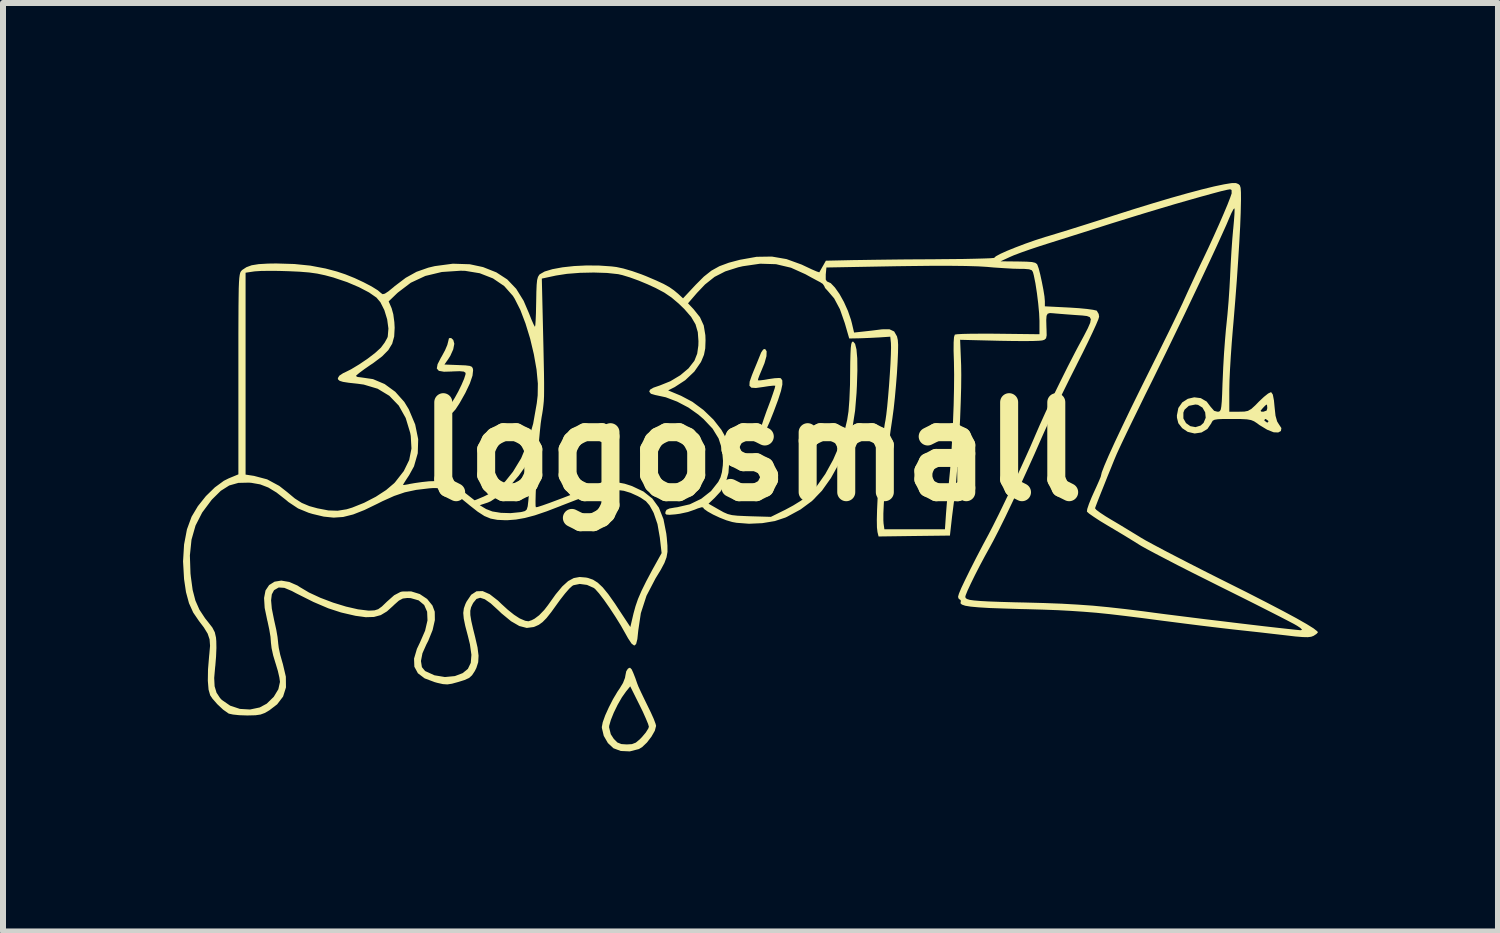
<source format=kicad_pcb>
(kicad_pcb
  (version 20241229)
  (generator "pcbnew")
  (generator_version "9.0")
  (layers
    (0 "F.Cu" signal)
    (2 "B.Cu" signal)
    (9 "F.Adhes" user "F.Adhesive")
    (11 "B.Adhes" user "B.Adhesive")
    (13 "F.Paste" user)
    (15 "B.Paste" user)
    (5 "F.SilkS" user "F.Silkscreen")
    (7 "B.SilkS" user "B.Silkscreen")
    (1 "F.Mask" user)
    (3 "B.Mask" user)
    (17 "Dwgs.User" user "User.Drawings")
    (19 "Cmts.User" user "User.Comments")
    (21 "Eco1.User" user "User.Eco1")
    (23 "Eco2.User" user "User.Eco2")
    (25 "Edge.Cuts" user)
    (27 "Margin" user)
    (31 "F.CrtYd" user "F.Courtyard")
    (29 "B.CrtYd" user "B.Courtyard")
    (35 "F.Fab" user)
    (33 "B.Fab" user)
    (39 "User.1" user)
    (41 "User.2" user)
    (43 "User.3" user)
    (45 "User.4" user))
  (footprint "logosmall"
    (layer "F.Cu")
    (at 9.479 4.473)
    (property "Reference" "logosmall" (at 0 0 0) (layer "F.SilkS") (effects (font (size 1.5 1.5) (thickness 0.3))))
    (attr board_only exclude_from_pos_files exclude_from_bom)
    (fp_poly (pts (xy -4.976 -1.858) (xy -4.959 -1.795) (xy -4.977 -1.702) (xy -5.025 -1.595) (xy -5.061 -1.538) (xy -5.124 -1.449) (xy -4.89 -1.44) (xy -4.772 -1.435) (xy -4.701 -1.426) (xy -4.665 -1.41) (xy -4.65 -1.382) (xy -4.646 -1.354) (xy -4.656 -1.263) (xy -4.7 -1.134) (xy -4.775 -0.976) (xy -4.87 -0.807) (xy -4.939 -0.701) (xy -4.989 -0.646) (xy -5.025 -0.639) (xy -5.05 -0.676) (xy -5.051 -0.677) (xy -5.046 -0.73) (xy -5.012 -0.799) (xy -5.008 -0.805) (xy -4.951 -0.895) (xy -4.892 -1.002) (xy -4.838 -1.113) (xy -4.796 -1.211) (xy -4.773 -1.283) (xy -4.771 -1.31) (xy -4.8 -1.331) (xy -4.87 -1.338) (xy -4.99 -1.334) (xy -4.993 -1.333) (xy -5.132 -1.329) (xy -5.217 -1.344) (xy -5.251 -1.383) (xy -5.238 -1.454) (xy -5.183 -1.561) (xy -5.168 -1.586) (xy -5.114 -1.686) (xy -5.076 -1.775) (xy -5.062 -1.83) (xy -5.048 -1.888) (xy -5.012 -1.891)) (stroke (width 0) (type solid)) (fill yes) (layer "F.SilkS"))
    (fp_poly (pts (xy 0.245 -1.67) (xy 0.242 -1.588) (xy 0.209 -1.471) (xy 0.163 -1.359) (xy 0.126 -1.271) (xy 0.103 -1.208) (xy 0.1 -1.186) (xy 0.133 -1.185) (xy 0.207 -1.194) (xy 0.281 -1.207) (xy 0.379 -1.221) (xy 0.454 -1.225) (xy 0.482 -1.22) (xy 0.506 -1.184) (xy 0.507 -1.116) (xy 0.484 -1.009) (xy 0.436 -0.86) (xy 0.363 -0.664) (xy 0.296 -0.496) (xy 0.244 -0.379) (xy 0.205 -0.309) (xy 0.174 -0.279) (xy 0.149 -0.284) (xy 0.135 -0.302) (xy 0.138 -0.341) (xy 0.159 -0.425) (xy 0.197 -0.541) (xy 0.246 -0.68) (xy 0.258 -0.711) (xy 0.31 -0.849) (xy 0.351 -0.967) (xy 0.379 -1.052) (xy 0.389 -1.094) (xy 0.389 -1.096) (xy 0.355 -1.097) (xy 0.279 -1.089) (xy 0.188 -1.075) (xy 0.066 -1.058) (xy -0.009 -1.063) (xy -0.042 -1.096) (xy -0.038 -1.164) (xy 0.001 -1.275) (xy 0.03 -1.347) (xy 0.079 -1.465) (xy 0.121 -1.569) (xy 0.15 -1.641) (xy 0.155 -1.652) (xy 0.188 -1.7) (xy 0.219 -1.709)) (stroke (width 0) (type solid)) (fill yes) (layer "F.SilkS"))
    (fp_poly (pts (xy -2.004 3.63) (xy -1.979 3.684) (xy -1.943 3.775) (xy -1.915 3.856) (xy -1.914 3.859) (xy -1.892 3.916) (xy -1.848 4.011) (xy -1.791 4.13) (xy -1.745 4.224) (xy -1.684 4.349) (xy -1.635 4.458) (xy -1.605 4.539) (xy -1.597 4.572) (xy -1.618 4.653) (xy -1.674 4.751) (xy -1.749 4.849) (xy -1.83 4.926) (xy -1.883 4.958) (xy -2.035 4.997) (xy -2.186 4.99) (xy -2.307 4.945) (xy -2.4 4.858) (xy -2.469 4.738) (xy -2.5 4.608) (xy -2.501 4.596) (xy -2.38 4.596) (xy -2.352 4.711) (xy -2.302 4.788) (xy -2.241 4.849) (xy -2.175 4.875) (xy -2.087 4.881) (xy -2 4.876) (xy -1.935 4.851) (xy -1.869 4.796) (xy -1.833 4.759) (xy -1.769 4.683) (xy -1.727 4.616) (xy -1.717 4.586) (xy -1.73 4.54) (xy -1.766 4.453) (xy -1.817 4.338) (xy -1.873 4.224) (xy -2.028 3.913) (xy -2.097 3.998) (xy -2.167 4.097) (xy -2.238 4.221) (xy -2.302 4.352) (xy -2.351 4.474) (xy -2.378 4.569) (xy -2.38 4.596) (xy -2.501 4.596) (xy -2.501 4.589) (xy -2.486 4.511) (xy -2.445 4.397) (xy -2.385 4.264) (xy -2.315 4.127) (xy -2.24 4.001) (xy -2.203 3.947) (xy -2.148 3.856) (xy -2.115 3.771) (xy -2.109 3.735) (xy -2.094 3.661) (xy -2.065 3.617) (xy -2.032 3.602)) (stroke (width 0) (type solid)) (fill yes) (layer "F.SilkS"))
    (fp_poly (pts (xy 8.069 -4.471) (xy 8.106 -4.456) (xy 8.13 -4.434) (xy 8.143 -4.393) (xy 8.148 -4.32) (xy 8.149 -4.203) (xy 8.148 -4.157) (xy 8.144 -3.977) (xy 8.135 -3.747) (xy 8.12 -3.475) (xy 8.101 -3.172) (xy 8.079 -2.848) (xy 8.053 -2.51) (xy 8.025 -2.17) (xy 8.013 -2.034) (xy 7.995 -1.813) (xy 7.979 -1.586) (xy 7.966 -1.37) (xy 7.957 -1.18) (xy 7.954 -1.032) (xy 7.954 -1.017) (xy 7.954 -0.663) (xy 8.12 -0.663) (xy 8.205 -0.665) (xy 8.266 -0.677) (xy 8.27 -0.68) (xy 8.476 -0.68) (xy 8.484 -0.665) (xy 8.522 -0.663) (xy 8.576 -0.682) (xy 8.587 -0.723) (xy 8.583 -0.772) (xy 8.577 -0.783) (xy 8.551 -0.764) (xy 8.512 -0.723) (xy 8.476 -0.68) (xy 8.27 -0.68) (xy 8.321 -0.709) (xy 8.387 -0.769) (xy 8.448 -0.832) (xy 8.531 -0.91) (xy 8.601 -0.966) (xy 8.647 -0.988) (xy 8.652 -0.988) (xy 8.679 -0.949) (xy 8.698 -0.851) (xy 8.708 -0.746) (xy 8.724 -0.597) (xy 8.751 -0.501) (xy 8.776 -0.46) (xy 8.822 -0.39) (xy 8.814 -0.341) (xy 8.769 -0.317) (xy 8.693 -0.32) (xy 8.585 -0.363) (xy 8.456 -0.441) (xy 8.416 -0.471) (xy 8.367 -0.503) (xy 8.316 -0.524) (xy 8.537 -0.524) (xy 8.542 -0.512) (xy 8.582 -0.483) (xy 8.591 -0.482) (xy 8.607 -0.501) (xy 8.602 -0.512) (xy 8.562 -0.541) (xy 8.554 -0.542) (xy 8.537 -0.524) (xy 8.316 -0.524) (xy 8.315 -0.524) (xy 8.247 -0.536) (xy 8.146 -0.541) (xy 8.001 -0.542) (xy 7.859 -0.542) (xy 7.766 -0.538) (xy 7.709 -0.529) (xy 7.678 -0.513) (xy 7.661 -0.486) (xy 7.654 -0.47) (xy 7.589 -0.375) (xy 7.492 -0.317) (xy 7.377 -0.3) (xy 7.261 -0.327) (xy 7.169 -0.389) (xy 7.105 -0.471) (xy 7.082 -0.562) (xy 7.081 -0.603) (xy 7.09 -0.648) (xy 7.189 -0.648) (xy 7.189 -0.551) (xy 7.233 -0.473) (xy 7.305 -0.422) (xy 7.391 -0.406) (xy 7.476 -0.432) (xy 7.525 -0.476) (xy 7.561 -0.562) (xy 7.552 -0.653) (xy 7.507 -0.731) (xy 7.433 -0.777) (xy 7.39 -0.783) (xy 7.28 -0.761) (xy 7.208 -0.696) (xy 7.189 -0.648) (xy 7.09 -0.648) (xy 7.105 -0.725) (xy 7.17 -0.818) (xy 7.263 -0.878) (xy 7.37 -0.903) (xy 7.479 -0.889) (xy 7.577 -0.832) (xy 7.641 -0.747) (xy 7.701 -0.678) (xy 7.755 -0.663) (xy 7.78 -0.664) (xy 7.798 -0.674) (xy 7.812 -0.7) (xy 7.821 -0.751) (xy 7.829 -0.836) (xy 7.835 -0.961) (xy 7.841 -1.136) (xy 7.844 -1.198) (xy 7.853 -1.408) (xy 7.866 -1.632) (xy 7.882 -1.848) (xy 7.898 -2.035) (xy 7.906 -2.111) (xy 7.924 -2.29) (xy 7.942 -2.504) (xy 7.957 -2.726) (xy 7.968 -2.93) (xy 7.968 -2.939) (xy 7.978 -3.134) (xy 7.99 -3.341) (xy 8.004 -3.537) (xy 8.018 -3.699) (xy 8.02 -3.714) (xy 8.032 -3.848) (xy 8.04 -3.957) (xy 8.042 -4.03) (xy 8.039 -4.053) (xy 8.022 -4.035) (xy 7.99 -3.974) (xy 7.955 -3.894) (xy 7.904 -3.774) (xy 7.828 -3.606) (xy 7.733 -3.397) (xy 7.62 -3.154) (xy 7.493 -2.884) (xy 7.354 -2.592) (xy 7.208 -2.285) (xy 7.056 -1.971) (xy 6.903 -1.655) (xy 6.751 -1.345) (xy 6.675 -1.19) (xy 6.555 -0.949) (xy 6.442 -0.717) (xy 6.337 -0.503) (xy 6.245 -0.313) (xy 6.169 -0.154) (xy 6.113 -0.034) (xy 6.079 0.04) (xy 6.077 0.045) (xy 6.035 0.144) (xy 5.984 0.271) (xy 5.926 0.413) (xy 5.868 0.559) (xy 5.813 0.696) (xy 5.766 0.815) (xy 5.733 0.901) (xy 5.717 0.945) (xy 5.717 0.946) (xy 5.738 0.972) (xy 5.801 1.019) (xy 5.895 1.081) (xy 5.966 1.124) (xy 6.116 1.213) (xy 6.286 1.316) (xy 6.444 1.412) (xy 6.479 1.434) (xy 6.563 1.483) (xy 6.694 1.554) (xy 6.863 1.644) (xy 7.065 1.749) (xy 7.29 1.865) (xy 7.533 1.989) (xy 7.785 2.116) (xy 7.865 2.156) (xy 8.245 2.346) (xy 8.573 2.514) (xy 8.849 2.658) (xy 9.072 2.778) (xy 9.242 2.875) (xy 9.358 2.947) (xy 9.42 2.996) (xy 9.431 3.013) (xy 9.407 3.04) (xy 9.358 3.072) (xy 9.318 3.087) (xy 9.261 3.094) (xy 9.177 3.092) (xy 9.054 3.082) (xy 8.884 3.062) (xy 8.691 3.04) (xy 8.467 3.014) (xy 8.239 2.989) (xy 8.045 2.968) (xy 7.888 2.95) (xy 7.686 2.926) (xy 7.455 2.898) (xy 7.208 2.867) (xy 6.96 2.835) (xy 6.825 2.818) (xy 6.493 2.774) (xy 6.209 2.739) (xy 5.962 2.71) (xy 5.738 2.687) (xy 5.527 2.67) (xy 5.317 2.656) (xy 5.096 2.644) (xy 4.852 2.635) (xy 4.574 2.627) (xy 4.474 2.625) (xy 4.189 2.616) (xy 3.959 2.608) (xy 3.779 2.597) (xy 3.646 2.585) (xy 3.554 2.57) (xy 3.499 2.551) (xy 3.475 2.529) (xy 3.479 2.503) (xy 3.481 2.499) (xy 3.477 2.473) (xy 3.467 2.471) (xy 3.44 2.446) (xy 3.436 2.422) (xy 3.555 2.422) (xy 3.562 2.442) (xy 3.584 2.458) (xy 3.628 2.472) (xy 3.7 2.482) (xy 3.806 2.491) (xy 3.952 2.499) (xy 4.143 2.506) (xy 4.385 2.513) (xy 4.535 2.516) (xy 4.87 2.525) (xy 5.162 2.536) (xy 5.427 2.551) (xy 5.681 2.569) (xy 5.939 2.594) (xy 6.218 2.625) (xy 6.532 2.664) (xy 6.702 2.687) (xy 6.878 2.71) (xy 7.086 2.736) (xy 7.317 2.765) (xy 7.564 2.796) (xy 7.817 2.826) (xy 8.071 2.857) (xy 8.315 2.886) (xy 8.543 2.913) (xy 8.746 2.936) (xy 8.917 2.955) (xy 9.047 2.969) (xy 9.128 2.977) (xy 9.145 2.978) (xy 9.167 2.97) (xy 9.138 2.94) (xy 9.084 2.904) (xy 9.032 2.874) (xy 8.931 2.821) (xy 8.79 2.748) (xy 8.613 2.658) (xy 8.408 2.554) (xy 8.181 2.44) (xy 7.938 2.319) (xy 7.819 2.26) (xy 7.566 2.133) (xy 7.322 2.011) (xy 7.094 1.895) (xy 6.89 1.789) (xy 6.716 1.698) (xy 6.579 1.625) (xy 6.486 1.573) (xy 6.463 1.559) (xy 6.349 1.488) (xy 6.204 1.399) (xy 6.047 1.305) (xy 5.924 1.232) (xy 5.798 1.156) (xy 5.693 1.087) (xy 5.617 1.034) (xy 5.582 1.002) (xy 5.582 1) (xy 5.587 0.958) (xy 5.615 0.875) (xy 5.659 0.766) (xy 5.691 0.694) (xy 5.744 0.578) (xy 5.786 0.483) (xy 5.811 0.422) (xy 5.815 0.407) (xy 5.829 0.348) (xy 5.872 0.236) (xy 5.942 0.073) (xy 6.04 -0.142) (xy 6.165 -0.407) (xy 6.316 -0.722) (xy 6.495 -1.086) (xy 6.7 -1.498) (xy 6.742 -1.582) (xy 6.843 -1.787) (xy 6.943 -1.989) (xy 7.035 -2.178) (xy 7.114 -2.343) (xy 7.175 -2.471) (xy 7.202 -2.531) (xy 7.259 -2.656) (xy 7.333 -2.816) (xy 7.415 -2.993) (xy 7.497 -3.166) (xy 7.511 -3.194) (xy 7.605 -3.392) (xy 7.697 -3.593) (xy 7.784 -3.787) (xy 7.861 -3.964) (xy 7.924 -4.114) (xy 7.969 -4.23) (xy 7.993 -4.3) (xy 7.993 -4.301) (xy 7.992 -4.357) (xy 7.968 -4.369) (xy 7.916 -4.36) (xy 7.813 -4.336) (xy 7.668 -4.297) (xy 7.486 -4.247) (xy 7.275 -4.187) (xy 7.041 -4.12) (xy 6.793 -4.046) (xy 6.537 -3.969) (xy 6.28 -3.89) (xy 6.029 -3.812) (xy 5.981 -3.797) (xy 5.745 -3.722) (xy 5.509 -3.647) (xy 5.284 -3.576) (xy 5.081 -3.512) (xy 4.913 -3.459) (xy 4.791 -3.42) (xy 4.791 -3.42) (xy 4.638 -3.369) (xy 4.49 -3.317) (xy 4.365 -3.27) (xy 4.294 -3.239) (xy 4.143 -3.169) (xy 4.436 -3.166) (xy 4.575 -3.163) (xy 4.666 -3.157) (xy 4.72 -3.144) (xy 4.749 -3.123) (xy 4.756 -3.111) (xy 4.778 -3.05) (xy 4.804 -2.949) (xy 4.831 -2.825) (xy 4.856 -2.697) (xy 4.874 -2.585) (xy 4.881 -2.505) (xy 4.881 -2.502) (xy 4.881 -2.419) (xy 5.295 -2.398) (xy 5.449 -2.388) (xy 5.583 -2.375) (xy 5.684 -2.361) (xy 5.741 -2.348) (xy 5.747 -2.344) (xy 5.778 -2.291) (xy 5.785 -2.246) (xy 5.772 -2.202) (xy 5.734 -2.112) (xy 5.676 -1.985) (xy 5.601 -1.827) (xy 5.512 -1.646) (xy 5.413 -1.45) (xy 5.409 -1.441) (xy 5.295 -1.215) (xy 5.177 -0.976) (xy 5.063 -0.738) (xy 4.958 -0.517) (xy 4.87 -0.325) (xy 4.825 -0.224) (xy 4.708 0.043) (xy 4.584 0.317) (xy 4.459 0.59) (xy 4.336 0.852) (xy 4.221 1.093) (xy 4.116 1.305) (xy 4.027 1.478) (xy 3.971 1.582) (xy 3.883 1.741) (xy 3.796 1.904) (xy 3.716 2.06) (xy 3.647 2.201) (xy 3.594 2.315) (xy 3.562 2.394) (xy 3.555 2.422) (xy 3.436 2.422) (xy 3.435 2.418) (xy 3.449 2.369) (xy 3.489 2.273) (xy 3.553 2.138) (xy 3.636 1.969) (xy 3.736 1.772) (xy 3.85 1.554) (xy 3.945 1.377) (xy 4.019 1.234) (xy 4.112 1.048) (xy 4.216 0.833) (xy 4.327 0.601) (xy 4.437 0.365) (xy 4.541 0.138) (xy 4.634 -0.068) (xy 4.708 -0.239) (xy 4.715 -0.256) (xy 4.795 -0.44) (xy 4.896 -0.663) (xy 5.013 -0.91) (xy 5.139 -1.167) (xy 5.265 -1.42) (xy 5.386 -1.655) (xy 5.435 -1.748) (xy 5.53 -1.924) (xy 5.597 -2.054) (xy 5.636 -2.144) (xy 5.647 -2.204) (xy 5.629 -2.239) (xy 5.582 -2.257) (xy 5.506 -2.266) (xy 5.403 -2.273) (xy 5.267 -2.283) (xy 5.139 -2.293) (xy 5.043 -2.301) (xy 5.024 -2.303) (xy 4.965 -2.307) (xy 4.928 -2.296) (xy 4.909 -2.261) (xy 4.904 -2.19) (xy 4.907 -2.073) (xy 4.909 -2.028) (xy 4.911 -1.935) (xy 4.901 -1.886) (xy 4.872 -1.861) (xy 4.835 -1.85) (xy 4.78 -1.845) (xy 4.676 -1.841) (xy 4.533 -1.84) (xy 4.36 -1.841) (xy 4.168 -1.844) (xy 4.111 -1.845) (xy 3.469 -1.861) (xy 3.486 -1.435) (xy 3.488 -1.273) (xy 3.486 -1.064) (xy 3.479 -0.819) (xy 3.469 -0.552) (xy 3.455 -0.274) (xy 3.44 0.002) (xy 3.422 0.264) (xy 3.403 0.498) (xy 3.384 0.694) (xy 3.373 0.783) (xy 3.354 0.931) (xy 3.334 1.088) (xy 3.321 1.205) (xy 3.299 1.401) (xy 2.705 1.408) (xy 2.11 1.416) (xy 2.092 1.342) (xy 2.083 1.266) (xy 2.081 1.14) (xy 2.085 0.974) (xy 2.094 0.778) (xy 2.107 0.563) (xy 2.124 0.338) (xy 2.144 0.113) (xy 2.165 -0.101) (xy 2.189 -0.295) (xy 2.213 -0.458) (xy 2.226 -0.527) (xy 2.239 -0.617) (xy 2.254 -0.75) (xy 2.269 -0.913) (xy 2.284 -1.094) (xy 2.297 -1.279) (xy 2.308 -1.456) (xy 2.315 -1.612) (xy 2.318 -1.733) (xy 2.316 -1.808) (xy 2.316 -1.808) (xy 2.305 -1.913) (xy 2.124 -1.901) (xy 1.989 -1.894) (xy 1.848 -1.888) (xy 1.782 -1.886) (xy 1.621 -1.883) (xy 1.547 -2.139) (xy 1.466 -2.371) (xy 1.37 -2.551) (xy 1.264 -2.675) (xy 1.219 -2.724) (xy 1.205 -2.756) (xy 1.181 -2.792) (xy 1.137 -2.821) (xy 1.076 -2.853) (xy 0.983 -2.903) (xy 0.9 -2.949) (xy 1.23 -2.949) (xy 1.23 -2.865) (xy 1.251 -2.832) (xy 1.254 -2.832) (xy 1.313 -2.805) (xy 1.383 -2.732) (xy 1.459 -2.624) (xy 1.533 -2.491) (xy 1.599 -2.344) (xy 1.65 -2.196) (xy 1.665 -2.139) (xy 1.702 -1.982) (xy 1.868 -2) (xy 1.994 -2.014) (xy 2.121 -2.03) (xy 2.169 -2.036) (xy 2.291 -2.037) (xy 2.37 -2) (xy 2.417 -1.918) (xy 2.431 -1.856) (xy 2.436 -1.777) (xy 2.434 -1.649) (xy 2.427 -1.486) (xy 2.416 -1.299) (xy 2.4 -1.1) (xy 2.382 -0.901) (xy 2.362 -0.714) (xy 2.34 -0.551) (xy 2.332 -0.496) (xy 2.309 -0.342) (xy 2.286 -0.157) (xy 2.264 0.049) (xy 2.243 0.266) (xy 2.224 0.484) (xy 2.209 0.691) (xy 2.197 0.878) (xy 2.19 1.033) (xy 2.19 1.147) (xy 2.193 1.198) (xy 2.207 1.296) (xy 2.712 1.296) (xy 3.216 1.296) (xy 3.234 1.032) (xy 3.247 0.869) (xy 3.264 0.69) (xy 3.28 0.53) (xy 3.281 0.522) (xy 3.301 0.318) (xy 3.32 0.072) (xy 3.336 -0.201) (xy 3.35 -0.487) (xy 3.361 -0.772) (xy 3.367 -1.04) (xy 3.369 -1.279) (xy 3.366 -1.473) (xy 3.366 -1.484) (xy 3.36 -1.679) (xy 3.361 -1.818) (xy 3.367 -1.906) (xy 3.38 -1.946) (xy 3.383 -1.948) (xy 3.422 -1.954) (xy 3.512 -1.959) (xy 3.644 -1.962) (xy 3.809 -1.963) (xy 3.999 -1.963) (xy 4.104 -1.962) (xy 4.791 -1.954) (xy 4.791 -2.178) (xy 4.785 -2.306) (xy 4.77 -2.466) (xy 4.749 -2.637) (xy 4.724 -2.8) (xy 4.697 -2.934) (xy 4.682 -2.99) (xy 4.663 -3.02) (xy 4.618 -3.036) (xy 4.533 -3.043) (xy 4.465 -3.043) (xy 4.349 -3.046) (xy 4.195 -3.055) (xy 4.028 -3.066) (xy 3.917 -3.076) (xy 3.768 -3.085) (xy 3.561 -3.091) (xy 3.302 -3.094) (xy 2.993 -3.094) (xy 2.637 -3.09) (xy 2.406 -3.087) (xy 1.241 -3.066) (xy 1.23 -2.949) (xy 0.9 -2.949) (xy 0.895 -2.952) (xy 0.651 -3.062) (xy 0.401 -3.121) (xy 0.137 -3.129) (xy -0.152 -3.087) (xy -0.23 -3.069) (xy -0.444 -3.001) (xy -0.622 -2.91) (xy -0.782 -2.783) (xy -0.915 -2.643) (xy -1.065 -2.469) (xy -0.973 -2.372) (xy -0.866 -2.238) (xy -0.803 -2.1) (xy -0.776 -1.937) (xy -0.773 -1.853) (xy -0.778 -1.717) (xy -0.799 -1.611) (xy -0.842 -1.507) (xy -0.852 -1.487) (xy -0.96 -1.331) (xy -1.111 -1.188) (xy -1.287 -1.073) (xy -1.293 -1.07) (xy -1.396 -1.018) (xy -1.181 -0.928) (xy -0.992 -0.828) (xy -0.807 -0.691) (xy -0.641 -0.531) (xy -0.51 -0.363) (xy -0.461 -0.277) (xy -0.417 -0.179) (xy -0.392 -0.09) (xy -0.38 0.012) (xy -0.377 0.151) (xy -0.391 0.356) (xy -0.438 0.523) (xy -0.523 0.667) (xy -0.622 0.774) (xy -0.723 0.87) (xy -0.55 0.969) (xy -0.471 1.013) (xy -0.404 1.042) (xy -0.332 1.06) (xy -0.24 1.07) (xy -0.111 1.076) (xy -0.03 1.079) (xy 0.316 1.089) (xy 0.557 0.97) (xy 0.687 0.9) (xy 0.815 0.821) (xy 0.915 0.749) (xy 0.931 0.735) (xy 1.08 0.578) (xy 1.223 0.374) (xy 1.354 0.136) (xy 1.467 -0.124) (xy 1.555 -0.392) (xy 1.587 -0.527) (xy 1.609 -0.668) (xy 1.624 -0.864) (xy 1.634 -1.107) (xy 1.636 -1.289) (xy 1.638 -1.486) (xy 1.642 -1.63) (xy 1.647 -1.729) (xy 1.655 -1.79) (xy 1.666 -1.822) (xy 1.681 -1.832) (xy 1.687 -1.831) (xy 1.719 -1.794) (xy 1.742 -1.7) (xy 1.755 -1.551) (xy 1.757 -1.347) (xy 1.749 -1.092) (xy 1.743 -0.973) (xy 1.719 -0.681) (xy 1.68 -0.43) (xy 1.622 -0.205) (xy 1.54 0.013) (xy 1.461 0.182) (xy 1.316 0.443) (xy 1.166 0.654) (xy 1.001 0.825) (xy 0.81 0.966) (xy 0.585 1.088) (xy 0.557 1.101) (xy 0.382 1.159) (xy 0.173 1.194) (xy -0.048 1.204) (xy -0.257 1.188) (xy -0.328 1.175) (xy -0.427 1.146) (xy -0.538 1.102) (xy -0.647 1.051) (xy -0.738 1) (xy -0.798 0.957) (xy -0.814 0.933) (xy -0.838 0.929) (xy -0.901 0.948) (xy -0.953 0.969) (xy -1.066 1.008) (xy -1.2 1.037) (xy -1.273 1.047) (xy -1.372 1.055) (xy -1.425 1.051) (xy -1.443 1.035) (xy -1.441 1.006) (xy -1.423 0.972) (xy -1.376 0.95) (xy -1.286 0.934) (xy -1.242 0.928) (xy -1.035 0.88) (xy -0.845 0.788) (xy -0.682 0.66) (xy -0.561 0.506) (xy -0.523 0.43) (xy -0.5 0.345) (xy -0.485 0.231) (xy -0.482 0.156) (xy -0.499 -0.043) (xy -0.556 -0.218) (xy -0.656 -0.381) (xy -0.807 -0.541) (xy -0.893 -0.615) (xy -1.058 -0.732) (xy -1.246 -0.831) (xy -1.435 -0.903) (xy -1.606 -0.94) (xy -1.612 -0.941) (xy -1.683 -0.962) (xy -1.711 -0.997) (xy -1.698 -1.03) (xy -1.64 -1.064) (xy -1.535 -1.1) (xy -1.359 -1.171) (xy -1.194 -1.27) (xy -1.057 -1.385) (xy -0.963 -1.506) (xy -0.957 -1.516) (xy -0.912 -1.63) (xy -0.893 -1.765) (xy -0.891 -1.838) (xy -0.902 -1.989) (xy -0.94 -2.119) (xy -1.013 -2.243) (xy -1.127 -2.374) (xy -1.22 -2.464) (xy -1.339 -2.565) (xy -1.461 -2.648) (xy -1.606 -2.725) (xy -1.741 -2.787) (xy -1.888 -2.848) (xy -2.034 -2.901) (xy -2.159 -2.939) (xy -2.229 -2.955) (xy -2.415 -2.975) (xy -2.635 -2.982) (xy -2.865 -2.977) (xy -3.083 -2.96) (xy -3.264 -2.932) (xy -3.501 -2.881) (xy -3.481 -2.036) (xy -3.474 -1.74) (xy -3.469 -1.498) (xy -3.465 -1.303) (xy -3.463 -1.146) (xy -3.463 -1.021) (xy -3.464 -0.921) (xy -3.468 -0.839) (xy -3.475 -0.768) (xy -3.483 -0.701) (xy -3.494 -0.631) (xy -3.506 -0.563) (xy -3.52 -0.465) (xy -3.534 -0.33) (xy -3.549 -0.167) (xy -3.563 0.013) (xy -3.576 0.201) (xy -3.588 0.386) (xy -3.597 0.56) (xy -3.603 0.71) (xy -3.606 0.829) (xy -3.605 0.905) (xy -3.6 0.929) (xy -3.569 0.924) (xy -3.491 0.899) (xy -3.378 0.859) (xy -3.239 0.807) (xy -3.156 0.776) (xy -2.912 0.682) (xy -2.714 0.61) (xy -2.554 0.56) (xy -2.424 0.529) (xy -2.313 0.515) (xy -2.215 0.519) (xy -2.12 0.537) (xy -2.02 0.569) (xy -1.997 0.577) (xy -1.807 0.667) (xy -1.66 0.784) (xy -1.55 0.936) (xy -1.474 1.128) (xy -1.427 1.367) (xy -1.419 1.435) (xy -1.408 1.568) (xy -1.407 1.672) (xy -1.423 1.763) (xy -1.458 1.857) (xy -1.518 1.97) (xy -1.607 2.116) (xy -1.609 2.12) (xy -1.757 2.404) (xy -1.851 2.694) (xy -1.894 2.983) (xy -1.909 3.126) (xy -1.93 3.209) (xy -1.961 3.234) (xy -2.005 3.202) (xy -2.064 3.113) (xy -2.103 3.043) (xy -2.184 2.9) (xy -2.277 2.75) (xy -2.373 2.604) (xy -2.466 2.471) (xy -2.548 2.364) (xy -2.611 2.293) (xy -2.634 2.274) (xy -2.748 2.223) (xy -2.869 2.207) (xy -2.973 2.228) (xy -2.994 2.24) (xy -3.043 2.285) (xy -3.114 2.366) (xy -3.195 2.47) (xy -3.24 2.532) (xy -3.342 2.674) (xy -3.422 2.775) (xy -3.489 2.843) (xy -3.551 2.888) (xy -3.618 2.918) (xy -3.638 2.925) (xy -3.752 2.94) (xy -3.876 2.908) (xy -4.014 2.828) (xy -4.173 2.697) (xy -4.224 2.648) (xy -4.352 2.531) (xy -4.451 2.462) (xy -4.528 2.437) (xy -4.59 2.457) (xy -4.642 2.52) (xy -4.654 2.541) (xy -4.68 2.596) (xy -4.693 2.654) (xy -4.692 2.726) (xy -4.676 2.824) (xy -4.645 2.96) (xy -4.613 3.088) (xy -4.572 3.266) (xy -4.555 3.402) (xy -4.561 3.511) (xy -4.592 3.608) (xy -4.619 3.661) (xy -4.663 3.728) (xy -4.712 3.773) (xy -4.786 3.807) (xy -4.888 3.839) (xy -4.997 3.869) (xy -5.075 3.881) (xy -5.149 3.876) (xy -5.243 3.855) (xy -5.286 3.843) (xy -5.454 3.78) (xy -5.566 3.695) (xy -5.625 3.586) (xy -5.63 3.451) (xy -5.582 3.288) (xy -5.531 3.181) (xy -5.446 2.986) (xy -5.406 2.814) (xy -5.412 2.67) (xy -5.461 2.558) (xy -5.553 2.481) (xy -5.686 2.443) (xy -5.744 2.441) (xy -5.817 2.45) (xy -5.883 2.485) (xy -5.963 2.556) (xy -5.979 2.572) (xy -6.081 2.664) (xy -6.184 2.726) (xy -6.298 2.757) (xy -6.435 2.761) (xy -6.605 2.738) (xy -6.818 2.689) (xy -6.85 2.681) (xy -7.059 2.613) (xy -7.307 2.507) (xy -7.596 2.362) (xy -7.667 2.324) (xy -7.791 2.272) (xy -7.885 2.266) (xy -7.958 2.308) (xy -7.965 2.315) (xy -8 2.381) (xy -8.012 2.479) (xy -8 2.617) (xy -7.963 2.802) (xy -7.955 2.838) (xy -7.926 2.968) (xy -7.905 3.089) (xy -7.895 3.179) (xy -7.894 3.194) (xy -7.884 3.273) (xy -7.86 3.386) (xy -7.824 3.513) (xy -7.816 3.54) (xy -7.766 3.752) (xy -7.764 3.931) (xy -7.812 4.083) (xy -7.911 4.213) (xy -8.04 4.312) (xy -8.117 4.357) (xy -8.188 4.383) (xy -8.272 4.395) (xy -8.392 4.398) (xy -8.42 4.398) (xy -8.542 4.394) (xy -8.647 4.383) (xy -8.715 4.368) (xy -8.723 4.364) (xy -8.812 4.301) (xy -8.908 4.211) (xy -8.99 4.117) (xy -9.027 4.062) (xy -9.054 3.967) (xy -9.066 3.82) (xy -9.063 3.63) (xy -9.044 3.402) (xy -9.041 3.375) (xy -9.029 3.237) (xy -9.037 3.13) (xy -9.069 3.035) (xy -9.132 2.932) (xy -9.214 2.824) (xy -9.31 2.683) (xy -9.38 2.528) (xy -9.43 2.343) (xy -9.462 2.127) (xy -9.479 1.831) (xy -9.473 1.732) (xy -9.365 1.732) (xy -9.355 2.032) (xy -9.349 2.087) (xy -9.319 2.307) (xy -9.273 2.484) (xy -9.206 2.636) (xy -9.112 2.779) (xy -9.064 2.839) (xy -8.991 2.933) (xy -8.95 3.012) (xy -8.93 3.1) (xy -8.925 3.161) (xy -8.923 3.274) (xy -8.929 3.419) (xy -8.941 3.567) (xy -8.944 3.59) (xy -8.96 3.773) (xy -8.953 3.912) (xy -8.921 4.019) (xy -8.863 4.107) (xy -8.832 4.14) (xy -8.694 4.235) (xy -8.532 4.289) (xy -8.363 4.299) (xy -8.202 4.265) (xy -8.085 4.202) (xy -7.967 4.087) (xy -7.891 3.961) (xy -7.864 3.839) (xy -7.874 3.766) (xy -7.899 3.657) (xy -7.935 3.537) (xy -7.939 3.525) (xy -7.977 3.399) (xy -8.004 3.276) (xy -8.015 3.182) (xy -8.015 3.178) (xy -8.022 3.087) (xy -8.043 2.963) (xy -8.071 2.831) (xy -8.075 2.817) (xy -8.119 2.606) (xy -8.129 2.441) (xy -8.105 2.316) (xy -8.045 2.226) (xy -7.954 2.169) (xy -7.842 2.151) (xy -7.708 2.174) (xy -7.573 2.233) (xy -7.533 2.259) (xy -7.38 2.35) (xy -7.19 2.438) (xy -6.979 2.518) (xy -6.764 2.584) (xy -6.563 2.63) (xy -6.392 2.651) (xy -6.365 2.651) (xy -6.288 2.647) (xy -6.228 2.628) (xy -6.166 2.583) (xy -6.083 2.503) (xy -6.082 2.502) (xy -5.961 2.395) (xy -5.856 2.34) (xy -5.827 2.333) (xy -5.678 2.331) (xy -5.535 2.375) (xy -5.412 2.457) (xy -5.323 2.567) (xy -5.285 2.669) (xy -5.283 2.809) (xy -5.321 2.976) (xy -5.393 3.154) (xy -5.425 3.216) (xy -5.49 3.362) (xy -5.515 3.491) (xy -5.499 3.593) (xy -5.446 3.658) (xy -5.29 3.729) (xy -5.115 3.758) (xy -4.949 3.742) (xy -4.82 3.693) (xy -4.733 3.622) (xy -4.685 3.522) (xy -4.674 3.388) (xy -4.699 3.212) (xy -4.733 3.073) (xy -4.777 2.906) (xy -4.802 2.783) (xy -4.81 2.69) (xy -4.8 2.613) (xy -4.774 2.54) (xy -4.755 2.501) (xy -4.678 2.387) (xy -4.589 2.329) (xy -4.487 2.326) (xy -4.369 2.378) (xy -4.231 2.485) (xy -4.172 2.542) (xy -4.069 2.636) (xy -3.964 2.72) (xy -3.875 2.778) (xy -3.857 2.787) (xy -3.777 2.821) (xy -3.724 2.829) (xy -3.67 2.811) (xy -3.622 2.786) (xy -3.546 2.729) (xy -3.461 2.641) (xy -3.399 2.561) (xy -3.27 2.38) (xy -3.16 2.248) (xy -3.062 2.159) (xy -2.969 2.109) (xy -2.872 2.091) (xy -2.765 2.1) (xy -2.731 2.107) (xy -2.648 2.136) (xy -2.569 2.186) (xy -2.486 2.264) (xy -2.393 2.378) (xy -2.282 2.535) (xy -2.23 2.615) (xy -2.026 2.924) (xy -1.973 2.698) (xy -1.94 2.578) (xy -1.898 2.456) (xy -1.84 2.322) (xy -1.762 2.164) (xy -1.659 1.97) (xy -1.616 1.893) (xy -1.505 1.693) (xy -1.535 1.432) (xy -1.574 1.209) (xy -1.636 1.027) (xy -1.649 1.001) (xy -1.707 0.897) (xy -1.767 0.828) (xy -1.853 0.77) (xy -1.905 0.742) (xy -2.022 0.689) (xy -2.134 0.655) (xy -2.25 0.64) (xy -2.378 0.647) (xy -2.526 0.675) (xy -2.704 0.727) (xy -2.919 0.803) (xy -3.18 0.904) (xy -3.181 0.905) (xy -3.42 0.997) (xy -3.617 1.064) (xy -3.784 1.108) (xy -3.933 1.134) (xy -4.075 1.145) (xy -4.111 1.145) (xy -4.243 1.139) (xy -4.354 1.118) (xy -4.458 1.075) (xy -4.571 1.002) (xy -4.707 0.895) (xy -4.535 0.895) (xy -4.429 0.959) (xy -4.326 0.999) (xy -4.183 1.022) (xy -4.022 1.027) (xy -3.861 1.011) (xy -3.832 1.006) (xy -3.781 0.992) (xy -3.752 0.966) (xy -3.736 0.913) (xy -3.725 0.816) (xy -3.724 0.803) (xy -3.71 0.629) (xy -3.701 0.469) (xy -3.695 0.331) (xy -3.694 0.226) (xy -3.698 0.164) (xy -3.703 0.151) (xy -3.728 0.175) (xy -3.77 0.236) (xy -3.796 0.278) (xy -3.884 0.402) (xy -3.996 0.532) (xy -4.12 0.654) (xy -4.243 0.757) (xy -4.352 0.829) (xy -4.399 0.85) (xy -4.535 0.895) (xy -4.707 0.895) (xy -4.708 0.894) (xy -4.732 0.874) (xy -4.875 0.758) (xy -4.99 0.679) (xy -5.092 0.632) (xy -5.194 0.611) (xy -5.311 0.609) (xy -5.378 0.614) (xy -5.596 0.64) (xy -5.783 0.68) (xy -5.962 0.741) (xy -6.158 0.829) (xy -6.233 0.867) (xy -6.456 0.975) (xy -6.644 1.049) (xy -6.811 1.091) (xy -6.97 1.102) (xy -7.135 1.085) (xy -7.32 1.041) (xy -7.387 1.021) (xy -7.562 0.949) (xy -7.723 0.842) (xy -7.763 0.808) (xy -7.921 0.684) (xy -8.059 0.6) (xy -8.194 0.548) (xy -8.342 0.522) (xy -8.381 0.519) (xy -8.557 0.523) (xy -8.709 0.566) (xy -8.85 0.655) (xy -8.992 0.795) (xy -9.004 0.808) (xy -9.16 1.017) (xy -9.271 1.234) (xy -9.338 1.469) (xy -9.365 1.732) (xy -9.473 1.732) (xy -9.462 1.55) (xy -9.414 1.297) (xy -9.337 1.087) (xy -9.232 0.911) (xy -9.098 0.743) (xy -8.949 0.598) (xy -8.799 0.488) (xy -8.719 0.448) (xy -8.557 0.381) (xy -8.557 -1.294) (xy -8.557 -1.654) (xy -8.557 -1.959) (xy -8.556 -2.212) (xy -8.555 -2.42) (xy -8.553 -2.587) (xy -8.551 -2.718) (xy -8.547 -2.817) (xy -8.542 -2.89) (xy -8.535 -2.942) (xy -8.527 -2.976) (xy -8.526 -2.979) (xy -8.437 -2.979) (xy -8.437 -1.297) (xy -8.437 0.385) (xy -8.298 0.406) (xy -8.078 0.464) (xy -7.876 0.573) (xy -7.747 0.674) (xy -7.616 0.783) (xy -7.5 0.857) (xy -7.374 0.91) (xy -7.239 0.947) (xy -7.057 0.982) (xy -6.903 0.987) (xy -6.754 0.963) (xy -6.661 0.935) (xy -6.462 0.855) (xy -6.267 0.754) (xy -6.095 0.642) (xy -5.962 0.529) (xy -5.946 0.512) (xy -5.801 0.326) (xy -5.711 0.142) (xy -5.673 -0.05) (xy -5.685 -0.26) (xy -5.694 -0.31) (xy -5.769 -0.558) (xy -5.885 -0.765) (xy -6.042 -0.928) (xy -6.237 -1.046) (xy -6.468 -1.115) (xy -6.569 -1.129) (xy -6.716 -1.145) (xy -6.813 -1.16) (xy -6.869 -1.177) (xy -6.895 -1.199) (xy -6.9 -1.222) (xy -6.878 -1.258) (xy -6.598 -1.258) (xy -6.572 -1.242) (xy -6.514 -1.235) (xy -6.314 -1.206) (xy -6.12 -1.124) (xy -5.943 -0.995) (xy -5.793 -0.827) (xy -5.718 -0.704) (xy -5.611 -0.45) (xy -5.561 -0.205) (xy -5.568 0.029) (xy -5.631 0.248) (xy -5.712 0.395) (xy -5.766 0.477) (xy -5.803 0.536) (xy -5.815 0.557) (xy -5.789 0.557) (xy -5.725 0.546) (xy -5.705 0.541) (xy -5.618 0.526) (xy -5.498 0.509) (xy -5.378 0.496) (xy -5.212 0.492) (xy -5.069 0.519) (xy -4.931 0.582) (xy -4.78 0.689) (xy -4.761 0.704) (xy -4.687 0.762) (xy -4.636 0.802) (xy -4.62 0.813) (xy -4.592 0.803) (xy -4.526 0.775) (xy -4.469 0.751) (xy -4.331 0.683) (xy -4.216 0.601) (xy -4.106 0.493) (xy -3.988 0.345) (xy -3.981 0.336) (xy -3.846 0.114) (xy -3.734 -0.155) (xy -3.645 -0.464) (xy -3.585 -0.804) (xy -3.57 -0.934) (xy -3.567 -1.132) (xy -3.589 -1.366) (xy -3.634 -1.621) (xy -3.696 -1.882) (xy -3.773 -2.133) (xy -3.859 -2.359) (xy -3.953 -2.545) (xy -3.983 -2.593) (xy -4.128 -2.757) (xy -4.315 -2.884) (xy -4.535 -2.97) (xy -4.778 -3.01) (xy -4.854 -3.012) (xy -5.167 -2.991) (xy -5.442 -2.925) (xy -5.684 -2.812) (xy -5.896 -2.651) (xy -5.912 -2.637) (xy -6.053 -2.501) (xy -6.004 -2.388) (xy -5.976 -2.288) (xy -5.958 -2.154) (xy -5.953 -2.062) (xy -5.961 -1.916) (xy -5.994 -1.796) (xy -6.059 -1.689) (xy -6.163 -1.584) (xy -6.314 -1.47) (xy -6.354 -1.444) (xy -6.458 -1.372) (xy -6.54 -1.311) (xy -6.589 -1.27) (xy -6.598 -1.258) (xy -6.878 -1.258) (xy -6.875 -1.263) (xy -6.812 -1.305) (xy -6.795 -1.312) (xy -6.679 -1.37) (xy -6.543 -1.452) (xy -6.404 -1.546) (xy -6.281 -1.64) (xy -6.192 -1.721) (xy -6.181 -1.732) (xy -6.12 -1.814) (xy -6.076 -1.893) (xy -6.068 -1.916) (xy -6.057 -2.049) (xy -6.078 -2.203) (xy -6.125 -2.356) (xy -6.191 -2.487) (xy -6.256 -2.564) (xy -6.38 -2.65) (xy -6.548 -2.738) (xy -6.745 -2.822) (xy -6.957 -2.893) (xy -6.967 -2.897) (xy -7.112 -2.936) (xy -7.243 -2.964) (xy -7.378 -2.983) (xy -7.539 -2.996) (xy -7.716 -3.004) (xy -7.886 -3.009) (xy -8.047 -3.01) (xy -8.183 -3.008) (xy -8.278 -3.002) (xy -8.296 -3) (xy -8.437 -2.979) (xy -8.526 -2.979) (xy -8.517 -2.998) (xy -8.505 -3.013) (xy -8.493 -3.025) (xy -8.423 -3.071) (xy -8.336 -3.103) (xy -8.219 -3.122) (xy -8.062 -3.131) (xy -7.925 -3.133) (xy -7.624 -3.124) (xy -7.358 -3.097) (xy -7.105 -3.049) (xy -6.916 -2.999) (xy -6.775 -2.952) (xy -6.621 -2.89) (xy -6.471 -2.82) (xy -6.337 -2.75) (xy -6.234 -2.686) (xy -6.178 -2.638) (xy -6.153 -2.621) (xy -6.116 -2.63) (xy -6.058 -2.668) (xy -5.967 -2.742) (xy -5.955 -2.753) (xy -5.769 -2.894) (xy -5.589 -2.994) (xy -5.393 -3.063) (xy -5.284 -3.089) (xy -4.984 -3.129) (xy -4.701 -3.12) (xy -4.481 -3.073) (xy -4.259 -2.985) (xy -4.077 -2.867) (xy -3.928 -2.711) (xy -3.804 -2.511) (xy -3.715 -2.303) (xy -3.674 -2.199) (xy -3.639 -2.12) (xy -3.618 -2.081) (xy -3.615 -2.079) (xy -3.609 -2.108) (xy -3.604 -2.185) (xy -3.599 -2.301) (xy -3.596 -2.445) (xy -3.595 -2.49) (xy -3.592 -2.659) (xy -3.587 -2.778) (xy -3.579 -2.858) (xy -3.565 -2.909) (xy -3.545 -2.942) (xy -3.535 -2.953) (xy -3.454 -2.999) (xy -3.324 -3.038) (xy -3.156 -3.069) (xy -2.963 -3.09) (xy -2.755 -3.1) (xy -2.543 -3.098) (xy -2.339 -3.084) (xy -2.258 -3.074) (xy -2.142 -3.049) (xy -1.995 -3.006) (xy -1.841 -2.952) (xy -1.765 -2.922) (xy -1.596 -2.85) (xy -1.471 -2.792) (xy -1.376 -2.739) (xy -1.3 -2.686) (xy -1.229 -2.627) (xy -1.148 -2.552) (xy -0.936 -2.779) (xy -0.801 -2.914) (xy -0.676 -3.013) (xy -0.543 -3.087) (xy -0.384 -3.146) (xy -0.202 -3.194) (xy 0.078 -3.244) (xy 0.332 -3.248) (xy 0.576 -3.206) (xy 0.827 -3.115) (xy 0.897 -3.082) (xy 0.999 -3.034) (xy 1.078 -3) (xy 1.12 -2.986) (xy 1.123 -2.986) (xy 1.141 -3.018) (xy 1.176 -3.08) (xy 1.181 -3.088) (xy 1.232 -3.179) (xy 1.678 -3.189) (xy 1.825 -3.191) (xy 2.02 -3.194) (xy 2.25 -3.197) (xy 2.503 -3.2) (xy 2.767 -3.202) (xy 3.03 -3.203) (xy 3.081 -3.204) (xy 3.314 -3.206) (xy 3.527 -3.208) (xy 3.712 -3.212) (xy 3.862 -3.216) (xy 3.97 -3.22) (xy 4.029 -3.225) (xy 4.037 -3.227) (xy 4.065 -3.253) (xy 4.139 -3.293) (xy 4.252 -3.344) (xy 4.393 -3.401) (xy 4.553 -3.462) (xy 4.721 -3.521) (xy 4.889 -3.575) (xy 4.931 -3.587) (xy 5.088 -3.635) (xy 5.287 -3.696) (xy 5.51 -3.766) (xy 5.744 -3.84) (xy 5.971 -3.913) (xy 6.026 -3.931) (xy 6.359 -4.037) (xy 6.678 -4.135) (xy 6.977 -4.224) (xy 7.25 -4.301) (xy 7.494 -4.366) (xy 7.702 -4.417) (xy 7.869 -4.452) (xy 7.991 -4.472) (xy 8.061 -4.473)) (stroke (width 0) (type solid)) (fill yes) (layer "F.SilkS")))
  (gr_rect
    (start -3 -3)
    (end 21.91 12.47)
    (stroke (width 0.1) (type default))
    (fill no)
    (layer "Edge.Cuts")))
</source>
